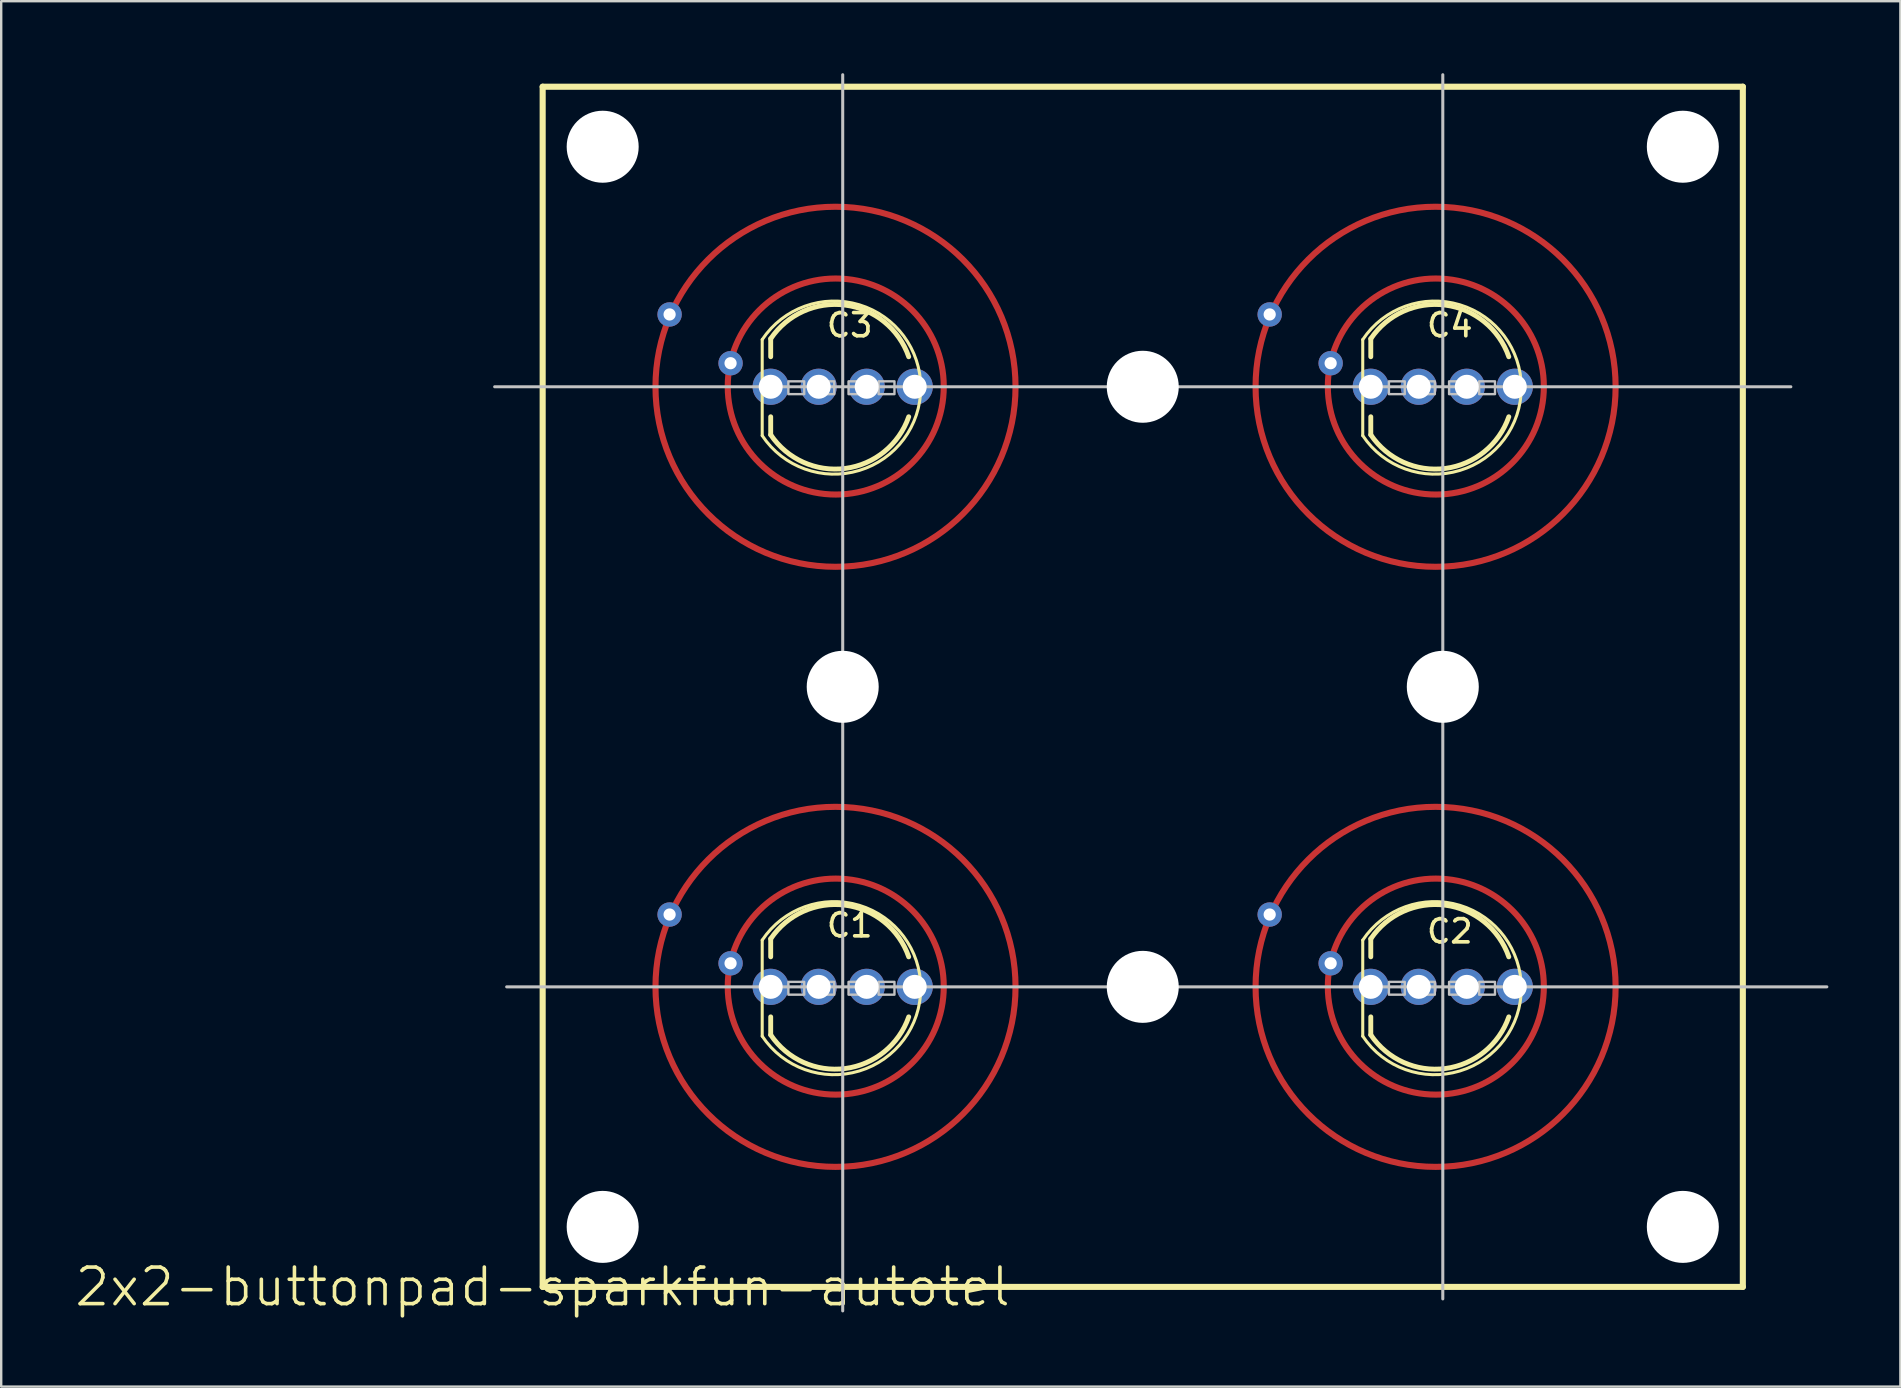
<source format=kicad_pcb>
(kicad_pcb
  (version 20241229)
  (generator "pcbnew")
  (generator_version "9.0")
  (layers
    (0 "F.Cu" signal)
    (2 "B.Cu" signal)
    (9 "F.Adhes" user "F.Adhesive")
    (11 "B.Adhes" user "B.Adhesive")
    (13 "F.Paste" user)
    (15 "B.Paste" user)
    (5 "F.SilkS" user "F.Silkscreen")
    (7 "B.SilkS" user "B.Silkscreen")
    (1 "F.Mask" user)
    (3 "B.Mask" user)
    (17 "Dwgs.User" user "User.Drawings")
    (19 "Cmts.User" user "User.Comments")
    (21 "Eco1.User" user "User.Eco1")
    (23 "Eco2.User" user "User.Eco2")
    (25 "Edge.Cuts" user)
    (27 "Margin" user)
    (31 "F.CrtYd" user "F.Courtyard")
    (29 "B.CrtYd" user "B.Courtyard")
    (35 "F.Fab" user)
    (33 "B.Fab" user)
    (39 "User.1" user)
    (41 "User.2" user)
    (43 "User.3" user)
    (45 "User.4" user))
  (footprint "2x2-buttonpad-sparkfun-autotel"
    (layer "F.Cu")
    (at 19.558 50.563)
    (property "Reference" "2x2-buttonpad-sparkfun-autotel" (at 0 0 0) (layer "F.SilkS") (effects (font (size 1.524 1.524) (thickness 0.15))))
    (attr through_hole)
    (fp_circle (center 12.2 -37.5) (end 19.7 -37.5) (stroke (width 0.254) (type solid)) (fill no) (layer "F.Cu"))
    (fp_circle (center 12.2 -12.5) (end 19.7 -12.5) (stroke (width 0.254) (type solid)) (fill no) (layer "F.Cu"))
    (fp_circle (center 12.21 -37.51) (end 16.71 -37.51) (stroke (width 0.254) (type solid)) (fill no) (layer "F.Cu"))
    (fp_circle (center 12.21 -12.51) (end 16.71 -12.51) (stroke (width 0.254) (type solid)) (fill no) (layer "F.Cu"))
    (fp_circle (center 37.2 -37.5) (end 44.7 -37.5) (stroke (width 0.254) (type solid)) (fill no) (layer "F.Cu"))
    (fp_circle (center 37.2 -12.5) (end 44.7 -12.5) (stroke (width 0.254) (type solid)) (fill no) (layer "F.Cu"))
    (fp_circle (center 37.21 -37.51) (end 41.71 -37.51) (stroke (width 0.254) (type solid)) (fill no) (layer "F.Cu"))
    (fp_circle (center 37.21 -12.51) (end 41.71 -12.51) (stroke (width 0.254) (type solid)) (fill no) (layer "F.Cu"))
    (fp_line (start 4.73 -38.01) (end 7.02 -37.87) (stroke (width 0.254) (type solid)) (layer "F.Mask"))
    (fp_line (start 4.73 -13.01) (end 7.02 -12.87) (stroke (width 0.254) (type solid)) (layer "F.Mask"))
    (fp_line (start 5.36 -40.53) (end 7.42 -39.5) (stroke (width 0.254) (type solid)) (layer "F.Mask"))
    (fp_line (start 5.36 -15.53) (end 7.42 -14.5) (stroke (width 0.254) (type solid)) (layer "F.Mask"))
    (fp_line (start 5.41 -39.24) (end 7.78 -38.48) (stroke (width 0.254) (type solid)) (layer "F.Mask"))
    (fp_line (start 5.41 -14.24) (end 7.78 -13.48) (stroke (width 0.254) (type solid)) (layer "F.Mask"))
    (fp_line (start 5.44 -36.75) (end 7.74 -36.9) (stroke (width 0.254) (type solid)) (layer "F.Mask"))
    (fp_line (start 5.44 -11.75) (end 7.74 -11.9) (stroke (width 0.254) (type solid)) (layer "F.Mask"))
    (fp_line (start 6.08 -33.22) (end 8.03 -34.37) (stroke (width 0.254) (type solid)) (layer "F.Mask"))
    (fp_line (start 6.08 -8.22) (end 8.03 -9.37) (stroke (width 0.254) (type solid)) (layer "F.Mask"))
    (fp_line (start 6.19 -34.48) (end 8.19 -35.42) (stroke (width 0.254) (type solid)) (layer "F.Mask"))
    (fp_line (start 6.19 -9.48) (end 8.19 -10.42) (stroke (width 0.254) (type solid)) (layer "F.Mask"))
    (fp_line (start 6.43 -41.16) (end 8.29 -39.93) (stroke (width 0.254) (type solid)) (layer "F.Mask"))
    (fp_line (start 6.43 -16.16) (end 8.29 -14.93) (stroke (width 0.254) (type solid)) (layer "F.Mask"))
    (fp_line (start 6.68 -42.51) (end 8.2 -41) (stroke (width 0.254) (type solid)) (layer "F.Mask"))
    (fp_line (start 6.68 -17.51) (end 8.2 -16) (stroke (width 0.254) (type solid)) (layer "F.Mask"))
    (fp_line (start 7.31 -36.03) (end 5.03 -35.52) (stroke (width 0.254) (type solid)) (layer "F.Mask"))
    (fp_line (start 7.31 -11.03) (end 5.03 -10.52) (stroke (width 0.254) (type solid)) (layer "F.Mask"))
    (fp_line (start 7.76 -42.74) (end 9.32 -41.02) (stroke (width 0.254) (type solid)) (layer "F.Mask"))
    (fp_line (start 7.76 -17.74) (end 9.32 -16.02) (stroke (width 0.254) (type solid)) (layer "F.Mask"))
    (fp_line (start 8.16 -43.74) (end 9.61 -41.86) (stroke (width 0.254) (type solid)) (layer "F.Mask"))
    (fp_line (start 8.16 -18.74) (end 9.61 -16.86) (stroke (width 0.254) (type solid)) (layer "F.Mask"))
    (fp_line (start 9.15 -34.16) (end 7.28 -32.58) (stroke (width 0.254) (type solid)) (layer "F.Mask"))
    (fp_line (start 9.15 -9.16) (end 7.28 -7.58) (stroke (width 0.254) (type solid)) (layer "F.Mask"))
    (fp_line (start 9.35 -43.78) (end 10.46 -41.8) (stroke (width 0.254) (type solid)) (layer "F.Mask"))
    (fp_line (start 9.35 -18.78) (end 10.46 -16.8) (stroke (width 0.254) (type solid)) (layer "F.Mask"))
    (fp_line (start 9.44 -33.13) (end 8.1 -31.28) (stroke (width 0.254) (type solid)) (layer "F.Mask"))
    (fp_line (start 9.44 -8.13) (end 8.1 -6.28) (stroke (width 0.254) (type solid)) (layer "F.Mask"))
    (fp_line (start 9.46 -31.19) (end 10.45 -33.25) (stroke (width 0.254) (type solid)) (layer "F.Mask"))
    (fp_line (start 9.46 -6.19) (end 10.45 -8.25) (stroke (width 0.254) (type solid)) (layer "F.Mask"))
    (fp_line (start 10.88 -42.68) (end 10.02 -44.65) (stroke (width 0.254) (type solid)) (layer "F.Mask"))
    (fp_line (start 10.88 -17.68) (end 10.02 -19.65) (stroke (width 0.254) (type solid)) (layer "F.Mask"))
    (fp_line (start 10.91 -32.55) (end 10.15 -30.37) (stroke (width 0.254) (type solid)) (layer "F.Mask"))
    (fp_line (start 10.91 -7.55) (end 10.15 -5.37) (stroke (width 0.254) (type solid)) (layer "F.Mask"))
    (fp_line (start 11.49 -30.66) (end 11.84 -32.99) (stroke (width 0.254) (type solid)) (layer "F.Mask"))
    (fp_line (start 11.49 -5.66) (end 11.84 -7.99) (stroke (width 0.254) (type solid)) (layer "F.Mask"))
    (fp_line (start 11.62 -41.98) (end 11.21 -44.45) (stroke (width 0.254) (type solid)) (layer "F.Mask"))
    (fp_line (start 11.62 -16.98) (end 11.21 -19.45) (stroke (width 0.254) (type solid)) (layer "F.Mask"))
    (fp_line (start 12.2 -42.87) (end 12.2 -44.99) (stroke (width 0.254) (type solid)) (layer "F.Mask"))
    (fp_line (start 12.2 -17.87) (end 12.2 -19.99) (stroke (width 0.254) (type solid)) (layer "F.Mask"))
    (fp_line (start 12.49 -32.29) (end 12.42 -30.06) (stroke (width 0.254) (type solid)) (layer "F.Mask"))
    (fp_line (start 12.49 -7.29) (end 12.42 -5.06) (stroke (width 0.254) (type solid)) (layer "F.Mask"))
    (fp_line (start 12.76 -42.01) (end 13.3 -44.29) (stroke (width 0.254) (type solid)) (layer "F.Mask"))
    (fp_line (start 12.76 -17.01) (end 13.3 -19.29) (stroke (width 0.254) (type solid)) (layer "F.Mask"))
    (fp_line (start 13.64 -30.74) (end 13.18 -33.09) (stroke (width 0.254) (type solid)) (layer "F.Mask"))
    (fp_line (start 13.64 -5.74) (end 13.18 -8.09) (stroke (width 0.254) (type solid)) (layer "F.Mask"))
    (fp_line (start 13.7 -42.52) (end 14.54 -44.54) (stroke (width 0.254) (type solid)) (layer "F.Mask"))
    (fp_line (start 13.7 -17.52) (end 14.54 -19.54) (stroke (width 0.254) (type solid)) (layer "F.Mask"))
    (fp_line (start 14.05 -32.62) (end 14.83 -30.57) (stroke (width 0.254) (type solid)) (layer "F.Mask"))
    (fp_line (start 14.05 -7.62) (end 14.83 -5.57) (stroke (width 0.254) (type solid)) (layer "F.Mask"))
    (fp_line (start 14.2 -41.6) (end 15.54 -43.51) (stroke (width 0.254) (type solid)) (layer "F.Mask"))
    (fp_line (start 14.2 -16.6) (end 15.54 -18.51) (stroke (width 0.254) (type solid)) (layer "F.Mask"))
    (fp_line (start 15.39 -40.77) (end 17.21 -42.2) (stroke (width 0.254) (type solid)) (layer "F.Mask"))
    (fp_line (start 15.39 -15.77) (end 17.21 -17.2) (stroke (width 0.254) (type solid)) (layer "F.Mask"))
    (fp_line (start 15.57 -33.44) (end 16.77 -31.66) (stroke (width 0.254) (type solid)) (layer "F.Mask"))
    (fp_line (start 15.57 -8.44) (end 16.77 -6.66) (stroke (width 0.254) (type solid)) (layer "F.Mask"))
    (fp_line (start 15.66 -34.6) (end 17.21 -32.98) (stroke (width 0.254) (type solid)) (layer "F.Mask"))
    (fp_line (start 15.66 -9.6) (end 17.21 -7.98) (stroke (width 0.254) (type solid)) (layer "F.Mask"))
    (fp_line (start 15.83 -31.52) (end 14.58 -33.66) (stroke (width 0.254) (type solid)) (layer "F.Mask"))
    (fp_line (start 15.83 -6.52) (end 14.58 -8.66) (stroke (width 0.254) (type solid)) (layer "F.Mask"))
    (fp_line (start 16.23 -39.68) (end 18.4 -40.65) (stroke (width 0.254) (type solid)) (layer "F.Mask"))
    (fp_line (start 16.23 -14.68) (end 18.4 -15.65) (stroke (width 0.254) (type solid)) (layer "F.Mask"))
    (fp_line (start 16.34 -40.55) (end 18.37 -41.64) (stroke (width 0.254) (type solid)) (layer "F.Mask"))
    (fp_line (start 16.34 -15.55) (end 18.37 -16.64) (stroke (width 0.254) (type solid)) (layer "F.Mask"))
    (fp_line (start 16.43 -35.93) (end 18.56 -34.88) (stroke (width 0.254) (type solid)) (layer "F.Mask"))
    (fp_line (start 16.43 -10.93) (end 18.56 -9.88) (stroke (width 0.254) (type solid)) (layer "F.Mask"))
    (fp_line (start 16.64 -34.72) (end 18.39 -33.42) (stroke (width 0.254) (type solid)) (layer "F.Mask"))
    (fp_line (start 16.64 -9.72) (end 18.39 -8.42) (stroke (width 0.254) (type solid)) (layer "F.Mask"))
    (fp_line (start 16.67 -38.36) (end 19.01 -38.68) (stroke (width 0.254) (type solid)) (layer "F.Mask"))
    (fp_line (start 16.67 -13.36) (end 19.01 -13.68) (stroke (width 0.254) (type solid)) (layer "F.Mask"))
    (fp_line (start 16.71 -37.07) (end 19.07 -36.91) (stroke (width 0.254) (type solid)) (layer "F.Mask"))
    (fp_line (start 16.71 -12.07) (end 19.07 -11.91) (stroke (width 0.254) (type solid)) (layer "F.Mask"))
    (fp_line (start 16.73 -43.42) (end 15.17 -41.64) (stroke (width 0.254) (type solid)) (layer "F.Mask"))
    (fp_line (start 16.73 -18.42) (end 15.17 -16.64) (stroke (width 0.254) (type solid)) (layer "F.Mask"))
    (fp_line (start 17.09 -39.32) (end 19.33 -39.74) (stroke (width 0.254) (type solid)) (layer "F.Mask"))
    (fp_line (start 17.09 -14.32) (end 19.33 -14.74) (stroke (width 0.254) (type solid)) (layer "F.Mask"))
    (fp_line (start 17.25 -36.38) (end 19.37 -35.7) (stroke (width 0.254) (type solid)) (layer "F.Mask"))
    (fp_line (start 17.25 -11.38) (end 19.37 -10.7) (stroke (width 0.254) (type solid)) (layer "F.Mask"))
    (fp_line (start 17.37 -37.77) (end 19.66 -37.74) (stroke (width 0.254) (type solid)) (layer "F.Mask"))
    (fp_line (start 17.37 -12.77) (end 19.66 -12.74) (stroke (width 0.254) (type solid)) (layer "F.Mask"))
    (fp_line (start 29.73 -38.01) (end 32.02 -37.87) (stroke (width 0.254) (type solid)) (layer "F.Mask"))
    (fp_line (start 29.73 -13.01) (end 32.02 -12.87) (stroke (width 0.254) (type solid)) (layer "F.Mask"))
    (fp_line (start 30.36 -40.53) (end 32.42 -39.5) (stroke (width 0.254) (type solid)) (layer "F.Mask"))
    (fp_line (start 30.36 -15.53) (end 32.42 -14.5) (stroke (width 0.254) (type solid)) (layer "F.Mask"))
    (fp_line (start 30.41 -39.24) (end 32.78 -38.48) (stroke (width 0.254) (type solid)) (layer "F.Mask"))
    (fp_line (start 30.41 -14.24) (end 32.78 -13.48) (stroke (width 0.254) (type solid)) (layer "F.Mask"))
    (fp_line (start 30.44 -36.75) (end 32.74 -36.9) (stroke (width 0.254) (type solid)) (layer "F.Mask"))
    (fp_line (start 30.44 -11.75) (end 32.74 -11.9) (stroke (width 0.254) (type solid)) (layer "F.Mask"))
    (fp_line (start 31.08 -33.22) (end 33.03 -34.37) (stroke (width 0.254) (type solid)) (layer "F.Mask"))
    (fp_line (start 31.08 -8.22) (end 33.03 -9.37) (stroke (width 0.254) (type solid)) (layer "F.Mask"))
    (fp_line (start 31.19 -34.48) (end 33.19 -35.42) (stroke (width 0.254) (type solid)) (layer "F.Mask"))
    (fp_line (start 31.19 -9.48) (end 33.19 -10.42) (stroke (width 0.254) (type solid)) (layer "F.Mask"))
    (fp_line (start 31.43 -41.16) (end 33.29 -39.93) (stroke (width 0.254) (type solid)) (layer "F.Mask"))
    (fp_line (start 31.43 -16.16) (end 33.29 -14.93) (stroke (width 0.254) (type solid)) (layer "F.Mask"))
    (fp_line (start 31.68 -42.51) (end 33.2 -41) (stroke (width 0.254) (type solid)) (layer "F.Mask"))
    (fp_line (start 31.68 -17.51) (end 33.2 -16) (stroke (width 0.254) (type solid)) (layer "F.Mask"))
    (fp_line (start 32.31 -36.03) (end 30.03 -35.52) (stroke (width 0.254) (type solid)) (layer "F.Mask"))
    (fp_line (start 32.31 -11.03) (end 30.03 -10.52) (stroke (width 0.254) (type solid)) (layer "F.Mask"))
    (fp_line (start 32.76 -42.74) (end 34.32 -41.02) (stroke (width 0.254) (type solid)) (layer "F.Mask"))
    (fp_line (start 32.76 -17.74) (end 34.32 -16.02) (stroke (width 0.254) (type solid)) (layer "F.Mask"))
    (fp_line (start 33.16 -43.74) (end 34.61 -41.86) (stroke (width 0.254) (type solid)) (layer "F.Mask"))
    (fp_line (start 33.16 -18.74) (end 34.61 -16.86) (stroke (width 0.254) (type solid)) (layer "F.Mask"))
    (fp_line (start 34.15 -34.16) (end 32.28 -32.58) (stroke (width 0.254) (type solid)) (layer "F.Mask"))
    (fp_line (start 34.15 -9.16) (end 32.28 -7.58) (stroke (width 0.254) (type solid)) (layer "F.Mask"))
    (fp_line (start 34.35 -43.78) (end 35.46 -41.8) (stroke (width 0.254) (type solid)) (layer "F.Mask"))
    (fp_line (start 34.35 -18.78) (end 35.46 -16.8) (stroke (width 0.254) (type solid)) (layer "F.Mask"))
    (fp_line (start 34.44 -33.13) (end 33.1 -31.28) (stroke (width 0.254) (type solid)) (layer "F.Mask"))
    (fp_line (start 34.44 -8.13) (end 33.1 -6.28) (stroke (width 0.254) (type solid)) (layer "F.Mask"))
    (fp_line (start 34.46 -31.19) (end 35.45 -33.25) (stroke (width 0.254) (type solid)) (layer "F.Mask"))
    (fp_line (start 34.46 -6.19) (end 35.45 -8.25) (stroke (width 0.254) (type solid)) (layer "F.Mask"))
    (fp_line (start 35.88 -42.68) (end 35.02 -44.65) (stroke (width 0.254) (type solid)) (layer "F.Mask"))
    (fp_line (start 35.88 -17.68) (end 35.02 -19.65) (stroke (width 0.254) (type solid)) (layer "F.Mask"))
    (fp_line (start 35.91 -32.55) (end 35.15 -30.37) (stroke (width 0.254) (type solid)) (layer "F.Mask"))
    (fp_line (start 35.91 -7.55) (end 35.15 -5.37) (stroke (width 0.254) (type solid)) (layer "F.Mask"))
    (fp_line (start 36.49 -30.66) (end 36.84 -32.99) (stroke (width 0.254) (type solid)) (layer "F.Mask"))
    (fp_line (start 36.49 -5.66) (end 36.84 -7.99) (stroke (width 0.254) (type solid)) (layer "F.Mask"))
    (fp_line (start 36.62 -41.98) (end 36.21 -44.45) (stroke (width 0.254) (type solid)) (layer "F.Mask"))
    (fp_line (start 36.62 -16.98) (end 36.21 -19.45) (stroke (width 0.254) (type solid)) (layer "F.Mask"))
    (fp_line (start 37.2 -42.87) (end 37.2 -44.99) (stroke (width 0.254) (type solid)) (layer "F.Mask"))
    (fp_line (start 37.2 -17.87) (end 37.2 -19.99) (stroke (width 0.254) (type solid)) (layer "F.Mask"))
    (fp_line (start 37.49 -32.29) (end 37.42 -30.06) (stroke (width 0.254) (type solid)) (layer "F.Mask"))
    (fp_line (start 37.49 -7.29) (end 37.42 -5.06) (stroke (width 0.254) (type solid)) (layer "F.Mask"))
    (fp_line (start 37.76 -42.01) (end 38.3 -44.29) (stroke (width 0.254) (type solid)) (layer "F.Mask"))
    (fp_line (start 37.76 -17.01) (end 38.3 -19.29) (stroke (width 0.254) (type solid)) (layer "F.Mask"))
    (fp_line (start 38.64 -30.74) (end 38.18 -33.09) (stroke (width 0.254) (type solid)) (layer "F.Mask"))
    (fp_line (start 38.64 -5.74) (end 38.18 -8.09) (stroke (width 0.254) (type solid)) (layer "F.Mask"))
    (fp_line (start 38.7 -42.52) (end 39.54 -44.54) (stroke (width 0.254) (type solid)) (layer "F.Mask"))
    (fp_line (start 38.7 -17.52) (end 39.54 -19.54) (stroke (width 0.254) (type solid)) (layer "F.Mask"))
    (fp_line (start 39.05 -32.62) (end 39.83 -30.57) (stroke (width 0.254) (type solid)) (layer "F.Mask"))
    (fp_line (start 39.05 -7.62) (end 39.83 -5.57) (stroke (width 0.254) (type solid)) (layer "F.Mask"))
    (fp_line (start 39.2 -41.6) (end 40.54 -43.51) (stroke (width 0.254) (type solid)) (layer "F.Mask"))
    (fp_line (start 39.2 -16.6) (end 40.54 -18.51) (stroke (width 0.254) (type solid)) (layer "F.Mask"))
    (fp_line (start 40.39 -40.77) (end 42.21 -42.2) (stroke (width 0.254) (type solid)) (layer "F.Mask"))
    (fp_line (start 40.39 -15.77) (end 42.21 -17.2) (stroke (width 0.254) (type solid)) (layer "F.Mask"))
    (fp_line (start 40.57 -33.44) (end 41.77 -31.66) (stroke (width 0.254) (type solid)) (layer "F.Mask"))
    (fp_line (start 40.57 -8.44) (end 41.77 -6.66) (stroke (width 0.254) (type solid)) (layer "F.Mask"))
    (fp_line (start 40.66 -34.6) (end 42.21 -32.98) (stroke (width 0.254) (type solid)) (layer "F.Mask"))
    (fp_line (start 40.66 -9.6) (end 42.21 -7.98) (stroke (width 0.254) (type solid)) (layer "F.Mask"))
    (fp_line (start 40.83 -31.52) (end 39.58 -33.66) (stroke (width 0.254) (type solid)) (layer "F.Mask"))
    (fp_line (start 40.83 -6.52) (end 39.58 -8.66) (stroke (width 0.254) (type solid)) (layer "F.Mask"))
    (fp_line (start 41.23 -39.68) (end 43.4 -40.65) (stroke (width 0.254) (type solid)) (layer "F.Mask"))
    (fp_line (start 41.23 -14.68) (end 43.4 -15.65) (stroke (width 0.254) (type solid)) (layer "F.Mask"))
    (fp_line (start 41.34 -40.55) (end 43.37 -41.64) (stroke (width 0.254) (type solid)) (layer "F.Mask"))
    (fp_line (start 41.34 -15.55) (end 43.37 -16.64) (stroke (width 0.254) (type solid)) (layer "F.Mask"))
    (fp_line (start 41.43 -35.93) (end 43.56 -34.88) (stroke (width 0.254) (type solid)) (layer "F.Mask"))
    (fp_line (start 41.43 -10.93) (end 43.56 -9.88) (stroke (width 0.254) (type solid)) (layer "F.Mask"))
    (fp_line (start 41.64 -34.72) (end 43.39 -33.42) (stroke (width 0.254) (type solid)) (layer "F.Mask"))
    (fp_line (start 41.64 -9.72) (end 43.39 -8.42) (stroke (width 0.254) (type solid)) (layer "F.Mask"))
    (fp_line (start 41.67 -38.36) (end 44.01 -38.68) (stroke (width 0.254) (type solid)) (layer "F.Mask"))
    (fp_line (start 41.67 -13.36) (end 44.01 -13.68) (stroke (width 0.254) (type solid)) (layer "F.Mask"))
    (fp_line (start 41.71 -37.07) (end 44.07 -36.91) (stroke (width 0.254) (type solid)) (layer "F.Mask"))
    (fp_line (start 41.71 -12.07) (end 44.07 -11.91) (stroke (width 0.254) (type solid)) (layer "F.Mask"))
    (fp_line (start 41.73 -43.42) (end 40.17 -41.64) (stroke (width 0.254) (type solid)) (layer "F.Mask"))
    (fp_line (start 41.73 -18.42) (end 40.17 -16.64) (stroke (width 0.254) (type solid)) (layer "F.Mask"))
    (fp_line (start 42.09 -39.32) (end 44.33 -39.74) (stroke (width 0.254) (type solid)) (layer "F.Mask"))
    (fp_line (start 42.09 -14.32) (end 44.33 -14.74) (stroke (width 0.254) (type solid)) (layer "F.Mask"))
    (fp_line (start 42.25 -36.38) (end 44.37 -35.7) (stroke (width 0.254) (type solid)) (layer "F.Mask"))
    (fp_line (start 42.25 -11.38) (end 44.37 -10.7) (stroke (width 0.254) (type solid)) (layer "F.Mask"))
    (fp_line (start 42.37 -37.77) (end 44.66 -37.74) (stroke (width 0.254) (type solid)) (layer "F.Mask"))
    (fp_line (start 42.37 -12.77) (end 44.66 -12.74) (stroke (width 0.254) (type solid)) (layer "F.Mask"))
    (fp_circle (center 12.2 -37.51) (end 16.711 -37.51) (stroke (width 0.254) (type solid)) (fill no) (layer "F.Mask"))
    (fp_circle (center 12.2 -37.5) (end 19.7 -37.5) (stroke (width 0.254) (type solid)) (fill no) (layer "F.Mask"))
    (fp_circle (center 12.2 -12.51) (end 16.711 -12.51) (stroke (width 0.254) (type solid)) (fill no) (layer "F.Mask"))
    (fp_circle (center 12.2 -12.5) (end 19.7 -12.5) (stroke (width 0.254) (type solid)) (fill no) (layer "F.Mask"))
    (fp_circle (center 37.2 -37.51) (end 41.711 -37.51) (stroke (width 0.254) (type solid)) (fill no) (layer "F.Mask"))
    (fp_circle (center 37.2 -37.5) (end 44.7 -37.5) (stroke (width 0.254) (type solid)) (fill no) (layer "F.Mask"))
    (fp_circle (center 37.2 -12.51) (end 41.711 -12.51) (stroke (width 0.254) (type solid)) (fill no) (layer "F.Mask"))
    (fp_circle (center 37.2 -12.5) (end 44.7 -12.5) (stroke (width 0.254) (type solid)) (fill no) (layer "F.Mask"))
    (fp_line (start 0 -50) (end 50 -50) (stroke (width 0.254) (type solid)) (layer "F.SilkS"))
    (fp_line (start 0 0) (end 0 -50) (stroke (width 0.254) (type solid)) (layer "F.SilkS"))
    (fp_line (start 9.146 -39.465) (end 9.146 -35.465) (stroke (width 0.127) (type solid)) (layer "F.SilkS"))
    (fp_line (start 9.146 -14.446) (end 9.146 -10.446) (stroke (width 0.127) (type solid)) (layer "F.SilkS"))
    (fp_line (start 9.5 -39.5) (end 9.5 -38.75) (stroke (width 0.203) (type solid)) (layer "F.SilkS"))
    (fp_line (start 9.5 -35.5) (end 9.5 -36.25) (stroke (width 0.203) (type solid)) (layer "F.SilkS"))
    (fp_line (start 9.5 -14.5) (end 9.5 -13.75) (stroke (width 0.203) (type solid)) (layer "F.SilkS"))
    (fp_line (start 9.5 -10.5) (end 9.5 -11.25) (stroke (width 0.203) (type solid)) (layer "F.SilkS"))
    (fp_line (start 34.165 -39.465) (end 34.165 -35.465) (stroke (width 0.127) (type solid)) (layer "F.SilkS"))
    (fp_line (start 34.165 -14.446) (end 34.165 -10.446) (stroke (width 0.127) (type solid)) (layer "F.SilkS"))
    (fp_line (start 34.5 -39.5) (end 34.5 -38.75) (stroke (width 0.203) (type solid)) (layer "F.SilkS"))
    (fp_line (start 34.5 -35.5) (end 34.5 -36.25) (stroke (width 0.203) (type solid)) (layer "F.SilkS"))
    (fp_line (start 34.5 -14.5) (end 34.5 -13.75) (stroke (width 0.203) (type solid)) (layer "F.SilkS"))
    (fp_line (start 34.5 -10.5) (end 34.5 -11.25) (stroke (width 0.203) (type solid)) (layer "F.SilkS"))
    (fp_line (start 50 -50) (end 50 0) (stroke (width 0.254) (type solid)) (layer "F.SilkS"))
    (fp_line (start 50 0) (end 0 0) (stroke (width 0.254) (type solid)) (layer "F.SilkS"))
    (fp_arc (start 9.146 -39.465) (mid 15.751551 -37.465) (end 9.146 -35.465) (stroke (width 0.127) (type solid)) (layer "F.SilkS"))
    (fp_arc (start 9.146 -14.446) (mid 15.751551 -12.446) (end 9.146 -10.446) (stroke (width 0.127) (type solid)) (layer "F.SilkS"))
    (fp_arc (start 9.5 -39.5) (mid 12.606763 -40.901848) (end 15.25 -38.75) (stroke (width 0.2032) (type solid)) (layer "F.SilkS"))
    (fp_arc (start 9.5 -14.5) (mid 12.606763 -15.901848) (end 15.25 -13.75) (stroke (width 0.2032) (type solid)) (layer "F.SilkS"))
    (fp_arc (start 15.249999 -36.249998) (mid 12.606762 -34.098152) (end 9.5 -35.5) (stroke (width 0.2032) (type solid)) (layer "F.SilkS"))
    (fp_arc (start 15.249999 -11.249998) (mid 12.606762 -9.098152) (end 9.5 -10.5) (stroke (width 0.2032) (type solid)) (layer "F.SilkS"))
    (fp_arc (start 34.165 -39.465) (mid 40.770551 -37.465) (end 34.165 -35.465) (stroke (width 0.127) (type solid)) (layer "F.SilkS"))
    (fp_arc (start 34.165 -14.446) (mid 40.770551 -12.446) (end 34.165 -10.446) (stroke (width 0.127) (type solid)) (layer "F.SilkS"))
    (fp_arc (start 34.5 -39.5) (mid 37.606763 -40.901848) (end 40.25 -38.75) (stroke (width 0.2032) (type solid)) (layer "F.SilkS"))
    (fp_arc (start 34.5 -14.5) (mid 37.606763 -15.901848) (end 40.25 -13.75) (stroke (width 0.2032) (type solid)) (layer "F.SilkS"))
    (fp_arc (start 40.249999 -36.249998) (mid 37.606762 -34.098152) (end 34.5 -35.5) (stroke (width 0.2032) (type solid)) (layer "F.SilkS"))
    (fp_arc (start 40.249999 -11.249998) (mid 37.606762 -9.098152) (end 34.5 -10.5) (stroke (width 0.2032) (type solid)) (layer "F.SilkS"))
    (fp_line (start 12.5 -50.5) (end 12.5 1) (stroke (width 0.127) (type solid)) (layer "Dwgs.User"))
    (fp_line (start 37.5 0.5) (end 37.5 -50.5) (stroke (width 0.127) (type solid)) (layer "Dwgs.User"))
    (fp_line (start 52 -37.5) (end -2 -37.5) (stroke (width 0.127) (type solid)) (layer "Dwgs.User"))
    (fp_line (start 53.5 -12.5) (end -1.5 -12.5) (stroke (width 0.127) (type solid)) (layer "Dwgs.User"))
    (fp_poly (pts (xy 10.236 -37.193) (xy 10.897 -37.193) (xy 10.897 -37.727) (xy 10.236 -37.727)) (stroke (width 0.1) (type solid)) (fill no) (layer "Dwgs.User"))
    (fp_poly (pts (xy 10.236 -12.174) (xy 10.897 -12.174) (xy 10.897 -12.708) (xy 10.236 -12.708)) (stroke (width 0.1) (type solid)) (fill no) (layer "Dwgs.User"))
    (fp_poly (pts (xy 11.488 -37.193) (xy 12.149 -37.193) (xy 12.149 -37.727) (xy 11.488 -37.727)) (stroke (width 0.1) (type solid)) (fill no) (layer "Dwgs.User"))
    (fp_poly (pts (xy 11.488 -12.174) (xy 12.149 -12.174) (xy 12.149 -12.708) (xy 11.488 -12.708)) (stroke (width 0.1) (type solid)) (fill no) (layer "Dwgs.User"))
    (fp_poly (pts (xy 12.743 -37.193) (xy 13.404 -37.193) (xy 13.404 -37.727) (xy 12.743 -37.727)) (stroke (width 0.1) (type solid)) (fill no) (layer "Dwgs.User"))
    (fp_poly (pts (xy 12.743 -12.174) (xy 13.404 -12.174) (xy 13.404 -12.708) (xy 12.743 -12.708)) (stroke (width 0.1) (type solid)) (fill no) (layer "Dwgs.User"))
    (fp_poly (pts (xy 13.995 -37.193) (xy 14.656 -37.193) (xy 14.656 -37.727) (xy 13.995 -37.727)) (stroke (width 0.1) (type solid)) (fill no) (layer "Dwgs.User"))
    (fp_poly (pts (xy 13.995 -12.174) (xy 14.656 -12.174) (xy 14.656 -12.708) (xy 13.995 -12.708)) (stroke (width 0.1) (type solid)) (fill no) (layer "Dwgs.User"))
    (fp_poly (pts (xy 35.255 -37.193) (xy 35.916 -37.193) (xy 35.916 -37.727) (xy 35.255 -37.727)) (stroke (width 0.1) (type solid)) (fill no) (layer "Dwgs.User"))
    (fp_poly (pts (xy 35.255 -12.174) (xy 35.916 -12.174) (xy 35.916 -12.708) (xy 35.255 -12.708)) (stroke (width 0.1) (type solid)) (fill no) (layer "Dwgs.User"))
    (fp_poly (pts (xy 36.507 -37.193) (xy 37.168 -37.193) (xy 37.168 -37.727) (xy 36.507 -37.727)) (stroke (width 0.1) (type solid)) (fill no) (layer "Dwgs.User"))
    (fp_poly (pts (xy 36.507 -12.174) (xy 37.168 -12.174) (xy 37.168 -12.708) (xy 36.507 -12.708)) (stroke (width 0.1) (type solid)) (fill no) (layer "Dwgs.User"))
    (fp_poly (pts (xy 37.762 -37.193) (xy 38.423 -37.193) (xy 38.423 -37.727) (xy 37.762 -37.727)) (stroke (width 0.1) (type solid)) (fill no) (layer "Dwgs.User"))
    (fp_poly (pts (xy 37.762 -12.174) (xy 38.423 -12.174) (xy 38.423 -12.708) (xy 37.762 -12.708)) (stroke (width 0.1) (type solid)) (fill no) (layer "Dwgs.User"))
    (fp_poly (pts (xy 39.014 -37.193) (xy 39.675 -37.193) (xy 39.675 -37.727) (xy 39.014 -37.727)) (stroke (width 0.1) (type solid)) (fill no) (layer "Dwgs.User"))
    (fp_poly (pts (xy 39.014 -12.174) (xy 39.675 -12.174) (xy 39.675 -12.708) (xy 39.014 -12.708)) (stroke (width 0.1) (type solid)) (fill no) (layer "Dwgs.User"))
    (fp_text user "C3" (at 11.75 -39.5 0) (layer "F.SilkS") (effects (font (size 0.965 0.965) (thickness 0.152)) (justify left bottom)))
    (fp_text user "C1" (at 11.75 -14.5 0) (layer "F.SilkS") (effects (font (size 0.965 0.965) (thickness 0.152)) (justify left bottom)))
    (fp_text user "C2" (at 36.75 -14.25 0) (layer "F.SilkS") (effects (font (size 0.965 0.965) (thickness 0.152)) (justify left bottom)))
    (fp_text user "C4" (at 36.75 -39.5 0) (layer "F.SilkS") (effects (font (size 0.965 0.965) (thickness 0.152)) (justify left bottom)))
    (pad "" np_thru_hole circle (at 2.5 -47.5) (size 3 3) (drill 3) (layers "*.Cu"))
    (pad "" np_thru_hole circle (at 2.5 -2.5) (size 3 3) (drill 3) (layers "*.Cu"))
    (pad "" np_thru_hole circle (at 12.5 -25) (size 3 3) (drill 3) (layers "*.Cu"))
    (pad "" np_thru_hole circle (at 25 -37.5) (size 3 3) (drill 3) (layers "*.Cu"))
    (pad "" np_thru_hole circle (at 25 -12.5) (size 3 3) (drill 3) (layers "*.Cu"))
    (pad "" np_thru_hole circle (at 37.5 -25) (size 3 3) (drill 3) (layers "*.Cu"))
    (pad "" np_thru_hole circle (at 47.5 -47.5) (size 3 3) (drill 3) (layers "*.Cu"))
    (pad "" np_thru_hole circle (at 47.5 -2.5) (size 3 3) (drill 3) (layers "*.Cu"))
    (pad "BLU1" thru_hole circle (at 13.5 -12.5 90) (size 1.508 1.508) (drill 1) (layers "*.Cu" "*.Mask"))
    (pad "BLU2" thru_hole circle (at 38.5 -12.5 90) (size 1.508 1.508) (drill 1) (layers "*.Cu" "*.Mask"))
    (pad "BLU3" thru_hole circle (at 13.5 -37.5 90) (size 1.508 1.508) (drill 1) (layers "*.Cu" "*.Mask"))
    (pad "BLU4" thru_hole circle (at 38.5 -37.5 90) (size 1.508 1.508) (drill 1) (layers "*.Cu" "*.Mask"))
    (pad "GND1" thru_hole circle (at 11.5 -12.5 90) (size 1.508 1.508) (drill 1) (layers "*.Cu" "*.Mask"))
    (pad "GND2" thru_hole circle (at 36.5 -12.5 90) (size 1.508 1.508) (drill 1) (layers "*.Cu" "*.Mask"))
    (pad "GND3" thru_hole circle (at 11.5 -37.5 90) (size 1.508 1.508) (drill 1) (layers "*.Cu" "*.Mask"))
    (pad "GND4" thru_hole circle (at 36.5 -37.5 90) (size 1.508 1.508) (drill 1) (layers "*.Cu" "*.Mask"))
    (pad "GRN1" thru_hole circle (at 15.5 -12.5 90) (size 1.508 1.508) (drill 1) (layers "*.Cu" "*.Mask"))
    (pad "GRN2" thru_hole circle (at 40.5 -12.5 90) (size 1.508 1.508) (drill 1) (layers "*.Cu" "*.Mask"))
    (pad "GRN3" thru_hole circle (at 15.5 -37.5 90) (size 1.508 1.508) (drill 1) (layers "*.Cu" "*.Mask"))
    (pad "GRN4" thru_hole circle (at 40.5 -37.5 90) (size 1.508 1.508) (drill 1) (layers "*.Cu" "*.Mask"))
    (pad "RED1" thru_hole circle (at 9.5 -12.5 270) (size 1.508 1.508) (drill 1) (layers "*.Cu" "*.Mask"))
    (pad "RED2" thru_hole circle (at 34.5 -12.5 270) (size 1.508 1.508) (drill 1) (layers "*.Cu" "*.Mask"))
    (pad "RED3" thru_hole circle (at 9.5 -37.5 270) (size 1.508 1.508) (drill 1) (layers "*.Cu" "*.Mask"))
    (pad "RED4" thru_hole circle (at 34.5 -37.5 270) (size 1.508 1.508) (drill 1) (layers "*.Cu" "*.Mask"))
    (pad "SIG1" thru_hole circle (at 5.288 -15.513) (size 1.016 1.016) (drill 0.508) (layers "*.Cu" "*.Mask"))
    (pad "SIG2" thru_hole circle (at 7.828 -13.481) (size 1.016 1.016) (drill 0.508) (layers "*.Cu" "*.Mask"))
    (pad "SIG3" thru_hole circle (at 30.288 -15.513) (size 1.016 1.016) (drill 0.508) (layers "*.Cu" "*.Mask"))
    (pad "SIG4" thru_hole circle (at 32.828 -13.481) (size 1.016 1.016) (drill 0.508) (layers "*.Cu" "*.Mask"))
    (pad "SIG5" thru_hole circle (at 5.288 -40.513) (size 1.016 1.016) (drill 0.508) (layers "*.Cu" "*.Mask"))
    (pad "SIG6" thru_hole circle (at 7.828 -38.481) (size 1.016 1.016) (drill 0.508) (layers "*.Cu" "*.Mask"))
    (pad "SIG7" thru_hole circle (at 30.288 -40.513) (size 1.016 1.016) (drill 0.508) (layers "*.Cu" "*.Mask"))
    (pad "SIG8" thru_hole circle (at 32.828 -38.481) (size 1.016 1.016) (drill 0.508) (layers "*.Cu" "*.Mask")))
  (gr_rect
    (start -3 -3)
    (end 76.122 54.718)
    (stroke (width 0.1) (type default))
    (fill no)
    (layer "Edge.Cuts")))
</source>
